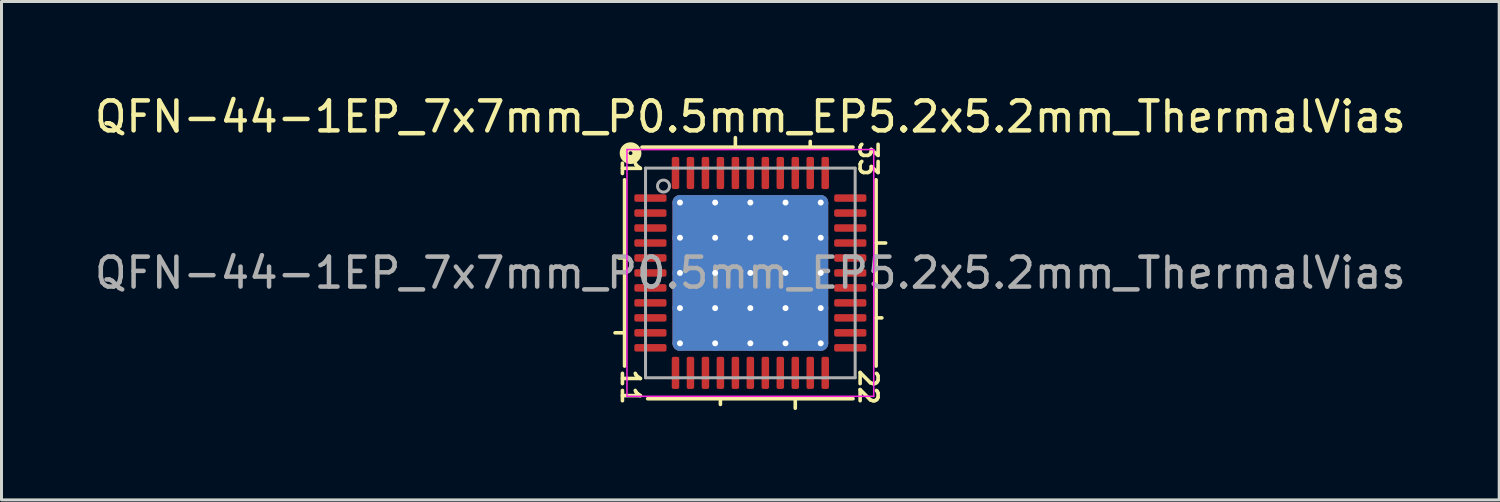
<source format=kicad_pcb>
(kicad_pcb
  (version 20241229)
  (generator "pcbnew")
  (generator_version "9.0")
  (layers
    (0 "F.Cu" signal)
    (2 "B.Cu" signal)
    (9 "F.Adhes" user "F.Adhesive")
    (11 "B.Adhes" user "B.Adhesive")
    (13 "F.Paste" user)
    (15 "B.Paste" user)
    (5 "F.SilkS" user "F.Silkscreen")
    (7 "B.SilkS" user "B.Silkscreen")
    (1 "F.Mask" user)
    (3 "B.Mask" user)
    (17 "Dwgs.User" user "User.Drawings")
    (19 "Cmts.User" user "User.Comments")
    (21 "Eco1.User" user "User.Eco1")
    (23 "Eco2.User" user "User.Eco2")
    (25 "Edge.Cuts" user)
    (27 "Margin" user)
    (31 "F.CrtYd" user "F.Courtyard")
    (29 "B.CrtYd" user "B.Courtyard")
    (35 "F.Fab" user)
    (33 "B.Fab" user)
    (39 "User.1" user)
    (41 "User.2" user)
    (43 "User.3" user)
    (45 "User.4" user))
  (footprint "QFN-44-1EP_7x7mm_P0.5mm_EP5.2x5.2mm_ThermalVias"
    (layer "F.Cu")
    (at 22.006 6.064)
    (property "Reference" "QFN-44-1EP_7x7mm_P0.5mm_EP5.2x5.2mm_ThermalVias" (at 0 -5.216 0) (layer "F.SilkS") (effects (font (size 1 1) (thickness 0.15))))
    (attr smd)
    (fp_line (start -4.2 -3.111) (end -4.2 3.111) (stroke (width 0.12) (type solid)) (layer "F.SilkS"))
    (fp_line (start -4.2 -0.5) (end -4.391 -0.5) (stroke (width 0.12) (type solid)) (layer "F.SilkS"))
    (fp_line (start -4.2 2) (end -4.518 2) (stroke (width 0.12) (type solid)) (layer "F.SilkS"))
    (fp_line (start -3.429 4.2) (end 3.429 4.2) (stroke (width 0.12) (type solid)) (layer "F.SilkS"))
    (fp_line (start -1 4.2) (end -1 4.391) (stroke (width 0.12) (type solid)) (layer "F.SilkS"))
    (fp_line (start -0.5 -4.2) (end -0.5 -4.518) (stroke (width 0.12) (type solid)) (layer "F.SilkS"))
    (fp_line (start 1.5 4.2) (end 1.5 4.518) (stroke (width 0.12) (type solid)) (layer "F.SilkS"))
    (fp_line (start 2 -4.2) (end 2 -4.391) (stroke (width 0.12) (type solid)) (layer "F.SilkS"))
    (fp_line (start 3.429 -4.2) (end -3.619 -4.2) (stroke (width 0.12) (type solid)) (layer "F.SilkS"))
    (fp_line (start 4.2 -1) (end 4.518 -1) (stroke (width 0.12) (type solid)) (layer "F.SilkS"))
    (fp_line (start 4.2 1.5) (end 4.391 1.5) (stroke (width 0.12) (type solid)) (layer "F.SilkS"))
    (fp_line (start 4.2 3.111) (end 4.2 -3.111) (stroke (width 0.12) (type solid)) (layer "F.SilkS"))
    (fp_circle (center -4 -4) (end -3.937 -4) (stroke (width 0.3) (type solid)) (fill no) (layer "F.SilkS"))
    (fp_line (start -4.12 -4.12) (end -4.12 4.12) (stroke (width 0.05) (type solid)) (layer "F.CrtYd"))
    (fp_line (start -4.12 4.12) (end 4.12 4.12) (stroke (width 0.05) (type solid)) (layer "F.CrtYd"))
    (fp_line (start 4.12 -4.12) (end -4.12 -4.12) (stroke (width 0.05) (type solid)) (layer "F.CrtYd"))
    (fp_line (start 4.12 4.12) (end 4.12 -4.12) (stroke (width 0.05) (type solid)) (layer "F.CrtYd"))
    (fp_line (start -3.5 -3.5) (end 3.5 -3.5) (stroke (width 0.1) (type solid)) (layer "F.Fab"))
    (fp_line (start -3.5 3.5) (end -3.5 -3.5) (stroke (width 0.1) (type solid)) (layer "F.Fab"))
    (fp_line (start 3.5 -3.5) (end 3.5 3.5) (stroke (width 0.1) (type solid)) (layer "F.Fab"))
    (fp_line (start 3.5 3.5) (end -3.5 3.5) (stroke (width 0.1) (type solid)) (layer "F.Fab"))
    (fp_circle (center -2.9 -2.9) (end -2.7 -2.9) (stroke (width 0.1) (type solid)) (fill no) (layer "F.Fab"))
    (fp_text user "11" (at -4 3.81 270) (unlocked yes) (layer "F.SilkS") (effects (font (size 0.6 0.6) (thickness 0.12))))
    (fp_text user "33" (at 3.937 -3.81 270) (unlocked yes) (layer "F.SilkS") (effects (font (size 0.6 0.6) (thickness 0.12))))
    (fp_text user "22" (at 3.937 3.81 270) (unlocked yes) (layer "F.SilkS") (effects (font (size 0.6 0.6) (thickness 0.12))))
    (fp_text user "1" (at -4 -3.493 270) (unlocked yes) (layer "F.SilkS") (effects (font (size 0.6 0.6) (thickness 0.12))))
    (fp_text user "${REFERENCE}" (at 0 0 0) (layer "F.Fab") (effects (font (size 1 1) (thickness 0.15))))
    (pad "" smd roundrect (at -1.762 -1.762) (size 1.007 1.007) (layers "F.Paste") (roundrect_rratio 0.248))
    (pad "" smd roundrect (at -1.762 -0.588) (size 1.007 1.007) (layers "F.Paste") (roundrect_rratio 0.248))
    (pad "" smd roundrect (at -1.762 0.588) (size 1.007 1.007) (layers "F.Paste") (roundrect_rratio 0.248))
    (pad "" smd roundrect (at -1.762 1.762) (size 1.007 1.007) (layers "F.Paste") (roundrect_rratio 0.248))
    (pad "" smd roundrect (at -0.588 -1.762) (size 1.007 1.007) (layers "F.Paste") (roundrect_rratio 0.248))
    (pad "" smd roundrect (at -0.588 -0.588) (size 1.007 1.007) (layers "F.Paste") (roundrect_rratio 0.248))
    (pad "" smd roundrect (at -0.588 0.588) (size 1.007 1.007) (layers "F.Paste") (roundrect_rratio 0.248))
    (pad "" smd roundrect (at -0.588 1.762) (size 1.007 1.007) (layers "F.Paste") (roundrect_rratio 0.248))
    (pad "" smd roundrect (at 0.588 -1.762) (size 1.007 1.007) (layers "F.Paste") (roundrect_rratio 0.248))
    (pad "" smd roundrect (at 0.588 -0.588) (size 1.007 1.007) (layers "F.Paste") (roundrect_rratio 0.248))
    (pad "" smd roundrect (at 0.588 0.588) (size 1.007 1.007) (layers "F.Paste") (roundrect_rratio 0.248))
    (pad "" smd roundrect (at 0.588 1.762) (size 1.007 1.007) (layers "F.Paste") (roundrect_rratio 0.248))
    (pad "" smd roundrect (at 1.762 -1.762) (size 1.007 1.007) (layers "F.Paste") (roundrect_rratio 0.248))
    (pad "" smd roundrect (at 1.762 -0.588) (size 1.007 1.007) (layers "F.Paste") (roundrect_rratio 0.248))
    (pad "" smd roundrect (at 1.762 0.588) (size 1.007 1.007) (layers "F.Paste") (roundrect_rratio 0.248))
    (pad "" smd roundrect (at 1.762 1.762) (size 1.007 1.007) (layers "F.Paste") (roundrect_rratio 0.248))
    (pad "1" smd roundrect (at -3.337 -2.5) (size 1.075 0.25) (layers "F.Cu" "F.Mask" "F.Paste") (roundrect_rratio 0.25))
    (pad "2" smd roundrect (at -3.337 -2) (size 1.075 0.25) (layers "F.Cu" "F.Mask" "F.Paste") (roundrect_rratio 0.25))
    (pad "3" smd roundrect (at -3.337 -1.5) (size 1.075 0.25) (layers "F.Cu" "F.Mask" "F.Paste") (roundrect_rratio 0.25))
    (pad "4" smd roundrect (at -3.337 -1) (size 1.075 0.25) (layers "F.Cu" "F.Mask" "F.Paste") (roundrect_rratio 0.25))
    (pad "5" smd roundrect (at -3.337 -0.5) (size 1.075 0.25) (layers "F.Cu" "F.Mask" "F.Paste") (roundrect_rratio 0.25))
    (pad "6" smd roundrect (at -3.337 0) (size 1.075 0.25) (layers "F.Cu" "F.Mask" "F.Paste") (roundrect_rratio 0.25))
    (pad "7" smd roundrect (at -3.337 0.5) (size 1.075 0.25) (layers "F.Cu" "F.Mask" "F.Paste") (roundrect_rratio 0.25))
    (pad "8" smd roundrect (at -3.337 1) (size 1.075 0.25) (layers "F.Cu" "F.Mask" "F.Paste") (roundrect_rratio 0.25))
    (pad "9" smd roundrect (at -3.337 1.5) (size 1.075 0.25) (layers "F.Cu" "F.Mask" "F.Paste") (roundrect_rratio 0.25))
    (pad "10" smd roundrect (at -3.337 2) (size 1.075 0.25) (layers "F.Cu" "F.Mask" "F.Paste") (roundrect_rratio 0.25))
    (pad "11" smd roundrect (at -3.337 2.5) (size 1.075 0.25) (layers "F.Cu" "F.Mask" "F.Paste") (roundrect_rratio 0.25))
    (pad "12" smd roundrect (at -2.5 3.337) (size 0.25 1.075) (layers "F.Cu" "F.Mask" "F.Paste") (roundrect_rratio 0.25))
    (pad "13" smd roundrect (at -2 3.337) (size 0.25 1.075) (layers "F.Cu" "F.Mask" "F.Paste") (roundrect_rratio 0.25))
    (pad "14" smd roundrect (at -1.5 3.337) (size 0.25 1.075) (layers "F.Cu" "F.Mask" "F.Paste") (roundrect_rratio 0.25))
    (pad "15" smd roundrect (at -1 3.337) (size 0.25 1.075) (layers "F.Cu" "F.Mask" "F.Paste") (roundrect_rratio 0.25))
    (pad "16" smd roundrect (at -0.5 3.337) (size 0.25 1.075) (layers "F.Cu" "F.Mask" "F.Paste") (roundrect_rratio 0.25))
    (pad "17" smd roundrect (at 0 3.337) (size 0.25 1.075) (layers "F.Cu" "F.Mask" "F.Paste") (roundrect_rratio 0.25))
    (pad "18" smd roundrect (at 0.5 3.337) (size 0.25 1.075) (layers "F.Cu" "F.Mask" "F.Paste") (roundrect_rratio 0.25))
    (pad "19" smd roundrect (at 1 3.337) (size 0.25 1.075) (layers "F.Cu" "F.Mask" "F.Paste") (roundrect_rratio 0.25))
    (pad "20" smd roundrect (at 1.5 3.337) (size 0.25 1.075) (layers "F.Cu" "F.Mask" "F.Paste") (roundrect_rratio 0.25))
    (pad "21" smd roundrect (at 2 3.337) (size 0.25 1.075) (layers "F.Cu" "F.Mask" "F.Paste") (roundrect_rratio 0.25))
    (pad "22" smd roundrect (at 2.5 3.337) (size 0.25 1.075) (layers "F.Cu" "F.Mask" "F.Paste") (roundrect_rratio 0.25))
    (pad "23" smd roundrect (at 3.337 2.5) (size 1.075 0.25) (layers "F.Cu" "F.Mask" "F.Paste") (roundrect_rratio 0.25))
    (pad "24" smd roundrect (at 3.337 2) (size 1.075 0.25) (layers "F.Cu" "F.Mask" "F.Paste") (roundrect_rratio 0.25))
    (pad "25" smd roundrect (at 3.337 1.5) (size 1.075 0.25) (layers "F.Cu" "F.Mask" "F.Paste") (roundrect_rratio 0.25))
    (pad "26" smd roundrect (at 3.337 1) (size 1.075 0.25) (layers "F.Cu" "F.Mask" "F.Paste") (roundrect_rratio 0.25))
    (pad "27" smd roundrect (at 3.337 0.5) (size 1.075 0.25) (layers "F.Cu" "F.Mask" "F.Paste") (roundrect_rratio 0.25))
    (pad "28" smd roundrect (at 3.337 0) (size 1.075 0.25) (layers "F.Cu" "F.Mask" "F.Paste") (roundrect_rratio 0.25))
    (pad "29" smd roundrect (at 3.337 -0.5) (size 1.075 0.25) (layers "F.Cu" "F.Mask" "F.Paste") (roundrect_rratio 0.25))
    (pad "30" smd roundrect (at 3.337 -1) (size 1.075 0.25) (layers "F.Cu" "F.Mask" "F.Paste") (roundrect_rratio 0.25))
    (pad "31" smd roundrect (at 3.337 -1.5) (size 1.075 0.25) (layers "F.Cu" "F.Mask" "F.Paste") (roundrect_rratio 0.25))
    (pad "32" smd roundrect (at 3.337 -2) (size 1.075 0.25) (layers "F.Cu" "F.Mask" "F.Paste") (roundrect_rratio 0.25))
    (pad "33" smd roundrect (at 3.337 -2.5) (size 1.075 0.25) (layers "F.Cu" "F.Mask" "F.Paste") (roundrect_rratio 0.25))
    (pad "34" smd roundrect (at 2.5 -3.337) (size 0.25 1.075) (layers "F.Cu" "F.Mask" "F.Paste") (roundrect_rratio 0.25))
    (pad "35" smd roundrect (at 2 -3.337) (size 0.25 1.075) (layers "F.Cu" "F.Mask" "F.Paste") (roundrect_rratio 0.25))
    (pad "36" smd roundrect (at 1.5 -3.337) (size 0.25 1.075) (layers "F.Cu" "F.Mask" "F.Paste") (roundrect_rratio 0.25))
    (pad "37" smd roundrect (at 1 -3.337) (size 0.25 1.075) (layers "F.Cu" "F.Mask" "F.Paste") (roundrect_rratio 0.25))
    (pad "38" smd roundrect (at 0.5 -3.337) (size 0.25 1.075) (layers "F.Cu" "F.Mask" "F.Paste") (roundrect_rratio 0.25))
    (pad "39" smd roundrect (at 0 -3.337) (size 0.25 1.075) (layers "F.Cu" "F.Mask" "F.Paste") (roundrect_rratio 0.25))
    (pad "40" smd roundrect (at -0.5 -3.337) (size 0.25 1.075) (layers "F.Cu" "F.Mask" "F.Paste") (roundrect_rratio 0.25))
    (pad "41" smd roundrect (at -1 -3.337) (size 0.25 1.075) (layers "F.Cu" "F.Mask" "F.Paste") (roundrect_rratio 0.25))
    (pad "42" smd roundrect (at -1.5 -3.337) (size 0.25 1.075) (layers "F.Cu" "F.Mask" "F.Paste") (roundrect_rratio 0.25))
    (pad "43" smd roundrect (at -2 -3.337) (size 0.25 1.075) (layers "F.Cu" "F.Mask" "F.Paste") (roundrect_rratio 0.25))
    (pad "44" smd roundrect (at -2.5 -3.337) (size 0.25 1.075) (layers "F.Cu" "F.Mask" "F.Paste") (roundrect_rratio 0.25))
    (pad "45" thru_hole circle (at -2.35 -2.35) (size 0.5 0.5) (drill 0.2) (property pad_prop_heatsink) (layers "*.Cu"))
    (pad "45" thru_hole circle (at -2.35 -1.175) (size 0.5 0.5) (drill 0.2) (property pad_prop_heatsink) (layers "*.Cu"))
    (pad "45" thru_hole circle (at -2.35 0) (size 0.5 0.5) (drill 0.2) (property pad_prop_heatsink) (layers "*.Cu"))
    (pad "45" thru_hole circle (at -2.35 1.175) (size 0.5 0.5) (drill 0.2) (property pad_prop_heatsink) (layers "*.Cu"))
    (pad "45" thru_hole circle (at -2.35 2.35) (size 0.5 0.5) (drill 0.2) (property pad_prop_heatsink) (layers "*.Cu"))
    (pad "45" thru_hole circle (at -1.175 -2.35) (size 0.5 0.5) (drill 0.2) (property pad_prop_heatsink) (layers "*.Cu"))
    (pad "45" thru_hole circle (at -1.175 -1.175) (size 0.5 0.5) (drill 0.2) (property pad_prop_heatsink) (layers "*.Cu"))
    (pad "45" thru_hole circle (at -1.175 0) (size 0.5 0.5) (drill 0.2) (property pad_prop_heatsink) (layers "*.Cu"))
    (pad "45" thru_hole circle (at -1.175 1.175) (size 0.5 0.5) (drill 0.2) (property pad_prop_heatsink) (layers "*.Cu"))
    (pad "45" thru_hole circle (at -1.175 2.35) (size 0.5 0.5) (drill 0.2) (property pad_prop_heatsink) (layers "*.Cu"))
    (pad "45" thru_hole circle (at 0 -2.35) (size 0.5 0.5) (drill 0.2) (property pad_prop_heatsink) (layers "*.Cu"))
    (pad "45" thru_hole circle (at 0 -1.175) (size 0.5 0.5) (drill 0.2) (property pad_prop_heatsink) (layers "*.Cu"))
    (pad "45" thru_hole circle (at 0 0) (size 0.5 0.5) (drill 0.2) (property pad_prop_heatsink) (layers "*.Cu"))
    (pad "45" smd roundrect (at 0 0) (size 5.2 5.2) (layers "F.Cu" "F.Mask") (roundrect_rratio 0.048))
    (pad "45" smd roundrect (at 0 0) (size 5.2 5.2) (layers "B.Cu" "B.Mask") (roundrect_rratio 0.048))
    (pad "45" thru_hole circle (at 0 1.175) (size 0.5 0.5) (drill 0.2) (property pad_prop_heatsink) (layers "*.Cu"))
    (pad "45" thru_hole circle (at 0 2.35) (size 0.5 0.5) (drill 0.2) (property pad_prop_heatsink) (layers "*.Cu"))
    (pad "45" thru_hole circle (at 1.175 -2.35) (size 0.5 0.5) (drill 0.2) (property pad_prop_heatsink) (layers "*.Cu"))
    (pad "45" thru_hole circle (at 1.175 -1.175) (size 0.5 0.5) (drill 0.2) (property pad_prop_heatsink) (layers "*.Cu"))
    (pad "45" thru_hole circle (at 1.175 0) (size 0.5 0.5) (drill 0.2) (property pad_prop_heatsink) (layers "*.Cu"))
    (pad "45" thru_hole circle (at 1.175 1.175) (size 0.5 0.5) (drill 0.2) (property pad_prop_heatsink) (layers "*.Cu"))
    (pad "45" thru_hole circle (at 1.175 2.35) (size 0.5 0.5) (drill 0.2) (property pad_prop_heatsink) (layers "*.Cu"))
    (pad "45" thru_hole circle (at 2.35 -2.35) (size 0.5 0.5) (drill 0.2) (property pad_prop_heatsink) (layers "*.Cu"))
    (pad "45" thru_hole circle (at 2.35 -1.175) (size 0.5 0.5) (drill 0.2) (property pad_prop_heatsink) (layers "*.Cu"))
    (pad "45" thru_hole circle (at 2.35 0) (size 0.5 0.5) (drill 0.2) (property pad_prop_heatsink) (layers "*.Cu"))
    (pad "45" thru_hole circle (at 2.35 1.175) (size 0.5 0.5) (drill 0.2) (property pad_prop_heatsink) (layers "*.Cu"))
    (pad "45" thru_hole circle (at 2.35 2.35) (size 0.5 0.5) (drill 0.2) (property pad_prop_heatsink) (layers "*.Cu")))
  (gr_rect
    (start -3 -3)
    (end 47.012 13.642)
    (stroke (width 0.1) (type default))
    (fill no)
    (layer "Edge.Cuts")))
</source>
